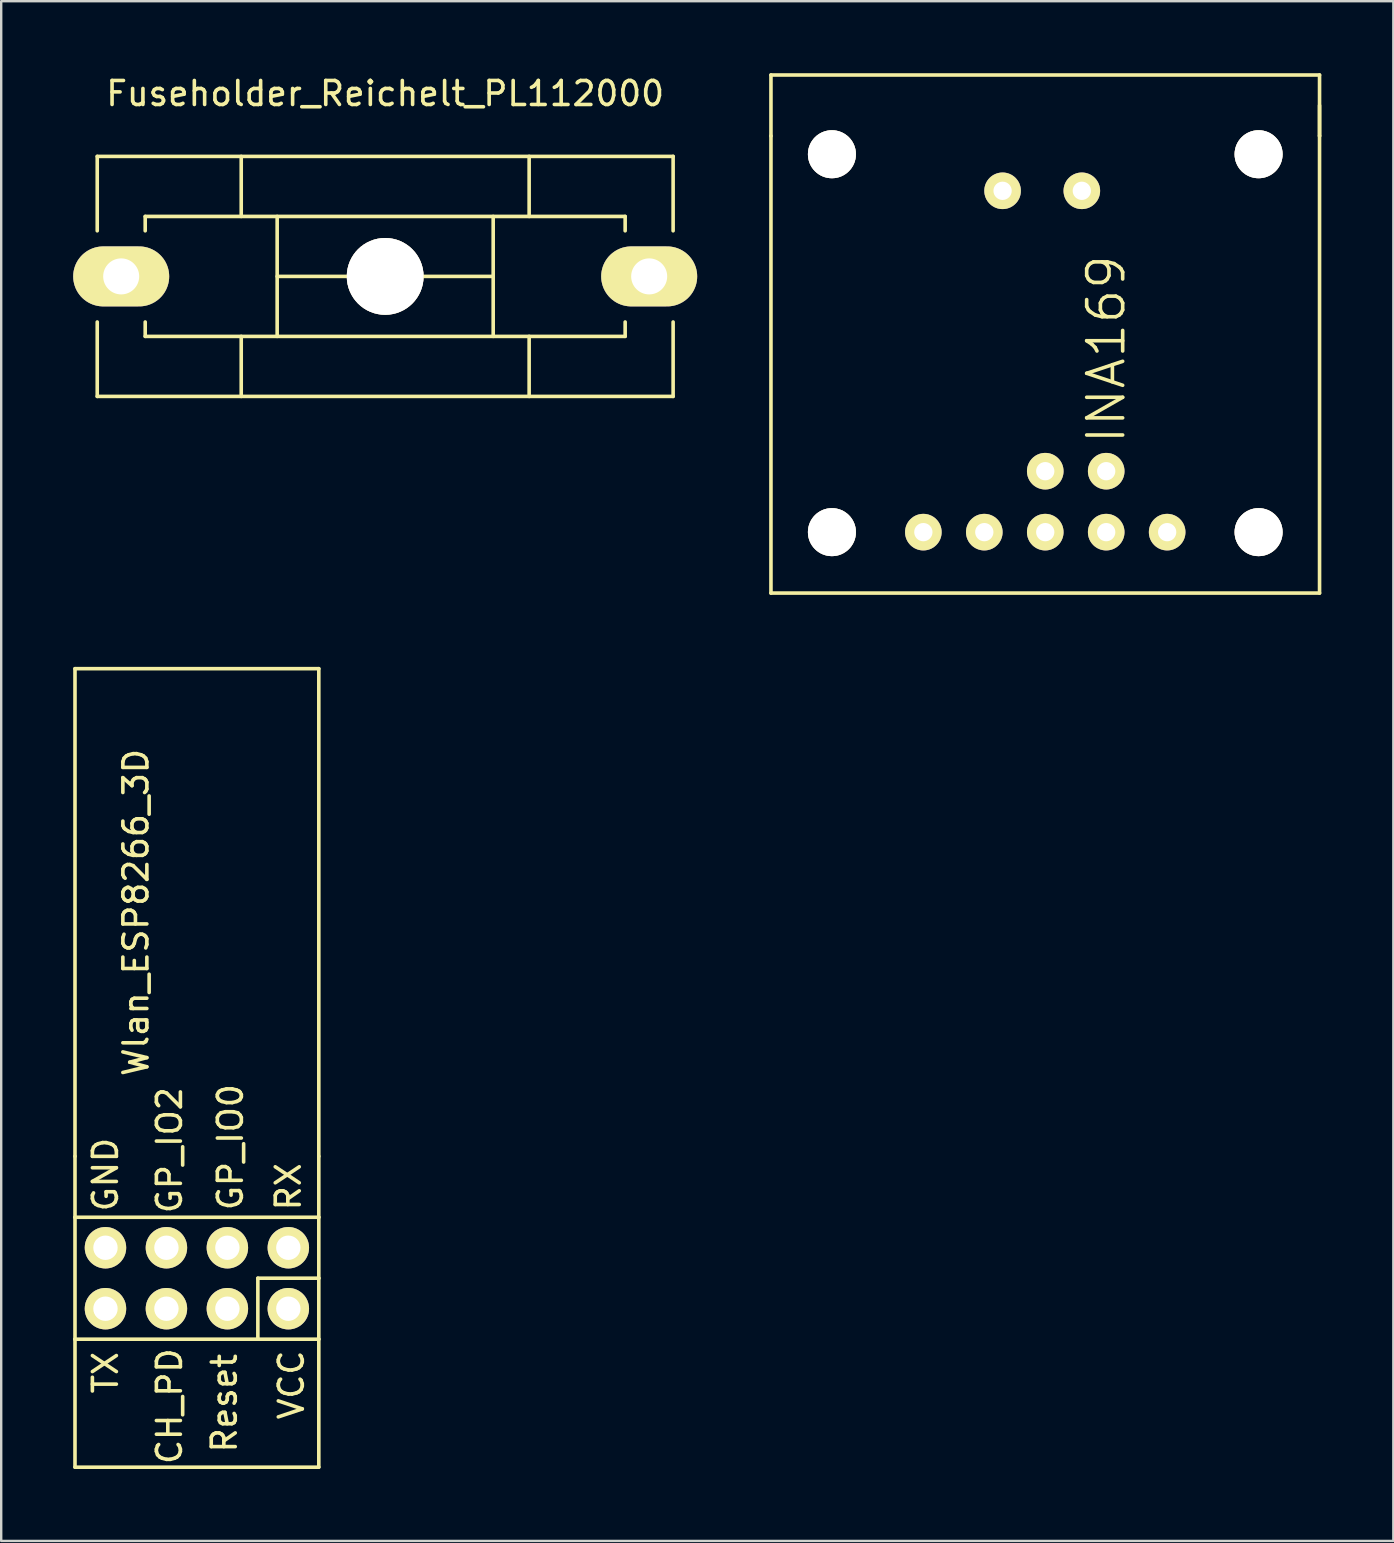
<source format=kicad_pcb>
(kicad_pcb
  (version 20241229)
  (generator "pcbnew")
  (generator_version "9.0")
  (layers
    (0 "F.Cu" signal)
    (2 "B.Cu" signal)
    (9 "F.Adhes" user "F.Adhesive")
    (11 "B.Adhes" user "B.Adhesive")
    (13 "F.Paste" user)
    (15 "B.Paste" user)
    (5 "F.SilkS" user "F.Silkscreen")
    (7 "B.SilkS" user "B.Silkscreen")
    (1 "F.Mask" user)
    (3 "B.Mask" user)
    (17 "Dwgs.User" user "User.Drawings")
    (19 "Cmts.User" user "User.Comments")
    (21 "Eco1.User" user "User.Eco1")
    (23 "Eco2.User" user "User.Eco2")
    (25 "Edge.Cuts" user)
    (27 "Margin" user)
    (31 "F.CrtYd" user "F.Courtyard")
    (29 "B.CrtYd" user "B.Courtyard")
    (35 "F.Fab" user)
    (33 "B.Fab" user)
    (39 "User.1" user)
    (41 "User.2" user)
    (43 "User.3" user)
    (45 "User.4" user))
  (footprint "INA169"
    (layer "F.Cu")
    (at 40.507 11.505)
    (property "Reference" "INA169" (at 2.54 0 90) (layer "F.SilkS") (effects (font (size 1.5 1.5) (thickness 0.15))))
    (attr through_hole)
    (fp_line (start -11.43 -11.43) (end 11.43 -11.43) (stroke (width 0.15) (type solid)) (layer "F.SilkS"))
    (fp_line (start -11.43 -8.89) (end -11.43 -11.43) (stroke (width 0.15) (type solid)) (layer "F.SilkS"))
    (fp_line (start -11.43 -8.89) (end -11.43 10.16) (stroke (width 0.15) (type solid)) (layer "F.SilkS"))
    (fp_line (start 11.43 -11.43) (end 11.43 -8.89) (stroke (width 0.15) (type solid)) (layer "F.SilkS"))
    (fp_line (start 11.43 -8.89) (end 11.43 -10.16) (stroke (width 0.15) (type solid)) (layer "F.SilkS"))
    (fp_line (start 11.43 10.16) (end -11.43 10.16) (stroke (width 0.15) (type solid)) (layer "F.SilkS"))
    (fp_line (start 11.43 10.16) (end 11.43 -8.89) (stroke (width 0.15) (type solid)) (layer "F.SilkS"))
    (pad "" thru_hole circle (at -8.89 -8.128) (size 2 2) (drill 2) (layers "*.Cu" "*.Mask" "F.SilkS"))
    (pad "" thru_hole circle (at -8.89 7.62) (size 2 2) (drill 2) (layers "*.Cu" "*.Mask" "F.SilkS"))
    (pad "" thru_hole circle (at 8.89 -8.128) (size 2 2) (drill 2) (layers "*.Cu" "*.Mask" "F.SilkS"))
    (pad "" thru_hole circle (at 8.89 7.62) (size 2 2) (drill 2) (layers "*.Cu" "*.Mask" "F.SilkS"))
    (pad "1" thru_hole circle (at -5.08 7.62) (size 1.524 1.524) (drill 0.762) (layers "*.Cu" "*.Mask" "F.SilkS"))
    (pad "2" thru_hole circle (at -2.54 7.62) (size 1.524 1.524) (drill 0.762) (layers "*.Cu" "*.Mask" "F.SilkS"))
    (pad "3" thru_hole circle (at 5.08 7.62) (size 1.524 1.524) (drill 0.762) (layers "*.Cu" "*.Mask" "F.SilkS"))
    (pad "4" thru_hole circle (at 1.524 -6.604) (size 1.524 1.524) (drill 0.762) (layers "*.Cu" "*.Mask" "F.SilkS"))
    (pad "4" thru_hole circle (at 2.54 5.08) (size 1.524 1.524) (drill 0.762) (layers "*.Cu" "*.Mask" "F.SilkS"))
    (pad "4" thru_hole circle (at 2.54 7.62) (size 1.524 1.524) (drill 0.762) (layers "*.Cu" "*.Mask" "F.SilkS"))
    (pad "5" thru_hole circle (at -1.778 -6.604) (size 1.524 1.524) (drill 0.762) (layers "*.Cu" "*.Mask" "F.SilkS"))
    (pad "5" thru_hole circle (at 0 5.08) (size 1.524 1.524) (drill 0.762) (layers "*.Cu" "*.Mask" "F.SilkS"))
    (pad "5" thru_hole circle (at 0 7.62) (size 1.524 1.524) (drill 0.762) (layers "*.Cu" "*.Mask" "F.SilkS")))
  (footprint "Fuseholder_Reichelt_PL112000"
    (layer "F.Cu")
    (at 13.001 8.468)
    (property "Reference" "Fuseholder_Reichelt_PL112000" (at 0 -7.62 0) (layer "F.SilkS") (effects (font (size 1 1) (thickness 0.15))))
    (attr through_hole)
    (fp_line (start -11.999 -5.001) (end -11.999 -1.9) (stroke (width 0.15) (type solid)) (layer "F.SilkS"))
    (fp_line (start -11.999 1.9) (end -11.999 5.001) (stroke (width 0.15) (type solid)) (layer "F.SilkS"))
    (fp_line (start -11.999 5.001) (end 11.999 5.001) (stroke (width 0.15) (type solid)) (layer "F.SilkS"))
    (fp_line (start -10 -2.499) (end -10 -1.9) (stroke (width 0.15) (type solid)) (layer "F.SilkS"))
    (fp_line (start -10 1.9) (end -10 2.499) (stroke (width 0.15) (type solid)) (layer "F.SilkS"))
    (fp_line (start -10 2.499) (end 10 2.499) (stroke (width 0.15) (type solid)) (layer "F.SilkS"))
    (fp_line (start -5.999 -2.499) (end -5.999 -5.001) (stroke (width 0.15) (type solid)) (layer "F.SilkS"))
    (fp_line (start -5.999 5.001) (end -5.999 2.499) (stroke (width 0.15) (type solid)) (layer "F.SilkS"))
    (fp_line (start -4.501 -2.499) (end -4.501 2.499) (stroke (width 0.15) (type solid)) (layer "F.SilkS"))
    (fp_line (start -4.501 0) (end 4.501 0) (stroke (width 0.15) (type solid)) (layer "F.SilkS"))
    (fp_line (start 4.501 -2.499) (end 4.501 2.499) (stroke (width 0.15) (type solid)) (layer "F.SilkS"))
    (fp_line (start 5.999 -5.001) (end 5.999 -2.499) (stroke (width 0.15) (type solid)) (layer "F.SilkS"))
    (fp_line (start 5.999 5.001) (end 5.999 2.499) (stroke (width 0.15) (type solid)) (layer "F.SilkS"))
    (fp_line (start 10 -2.499) (end -10 -2.499) (stroke (width 0.15) (type solid)) (layer "F.SilkS"))
    (fp_line (start 10 -1.9) (end 10 -2.499) (stroke (width 0.15) (type solid)) (layer "F.SilkS"))
    (fp_line (start 10 2.499) (end 10 1.9) (stroke (width 0.15) (type solid)) (layer "F.SilkS"))
    (fp_line (start 11.999 -5.001) (end -11.999 -5.001) (stroke (width 0.15) (type solid)) (layer "F.SilkS"))
    (fp_line (start 11.999 -1.9) (end 11.999 -5.001) (stroke (width 0.15) (type solid)) (layer "F.SilkS"))
    (fp_line (start 11.999 5.001) (end 11.999 1.9) (stroke (width 0.15) (type solid)) (layer "F.SilkS"))
    (pad "1" thru_hole oval (at -11.001 0 270) (size 2.499 4) (drill 1.501) (layers "*.Cu" "*.Mask" "F.SilkS"))
    (pad "2" thru_hole oval (at 11.001 0 270) (size 2.499 4) (drill 1.501) (layers "*.Cu" "*.Mask" "F.SilkS"))
    (pad "~" thru_hole circle (at 0 0) (size 3.2 3.2) (drill 3.2) (layers "*.Cu" "*.Mask" "F.SilkS")))
  (footprint "Wlan_ESP8266_3D"
    (layer "F.Cu")
    (at 5.155 50.215)
    (property "Reference" "Wlan_ESP8266_3D" (at -2.54 -15.24 90) (layer "F.SilkS") (effects (font (size 1 1) (thickness 0.15))))
    (attr through_hole)
    (fp_line (start -5.08 -25.4) (end 5.08 -25.4) (stroke (width 0.15) (type solid)) (layer "F.SilkS"))
    (fp_line (start -5.08 -5.08) (end -5.08 -25.4) (stroke (width 0.15) (type solid)) (layer "F.SilkS"))
    (fp_line (start -5.08 -5.08) (end -5.08 -2.54) (stroke (width 0.15) (type solid)) (layer "F.SilkS"))
    (fp_line (start -5.08 -2.54) (end 5.08 -2.54) (stroke (width 0.15) (type solid)) (layer "F.SilkS"))
    (fp_line (start -5.08 2.54) (end -5.08 -2.54) (stroke (width 0.15) (type solid)) (layer "F.SilkS"))
    (fp_line (start -5.08 2.54) (end -5.08 7.874) (stroke (width 0.15) (type solid)) (layer "F.SilkS"))
    (fp_line (start -5.08 7.874) (end 5.08 7.874) (stroke (width 0.15) (type solid)) (layer "F.SilkS"))
    (fp_line (start 2.54 0) (end 2.54 2.54) (stroke (width 0.15) (type solid)) (layer "F.SilkS"))
    (fp_line (start 2.54 2.54) (end -5.08 2.54) (stroke (width 0.15) (type solid)) (layer "F.SilkS"))
    (fp_line (start 5.08 -25.4) (end 5.08 -5.08) (stroke (width 0.15) (type solid)) (layer "F.SilkS"))
    (fp_line (start 5.08 -5.08) (end 5.08 -2.54) (stroke (width 0.15) (type solid)) (layer "F.SilkS"))
    (fp_line (start 5.08 -2.54) (end 5.08 0) (stroke (width 0.15) (type solid)) (layer "F.SilkS"))
    (fp_line (start 5.08 0) (end 2.54 0) (stroke (width 0.15) (type solid)) (layer "F.SilkS"))
    (fp_line (start 5.08 2.54) (end 2.54 2.54) (stroke (width 0.15) (type solid)) (layer "F.SilkS"))
    (fp_line (start 5.08 2.54) (end 5.08 0) (stroke (width 0.15) (type solid)) (layer "F.SilkS"))
    (fp_line (start 5.08 7.874) (end 5.08 2.54) (stroke (width 0.15) (type solid)) (layer "F.SilkS"))
    (fp_text user "Reset" (at 1.143 5.207 90) (layer "F.SilkS") (effects (font (size 1 1) (thickness 0.15))))
    (fp_text user "VCC" (at 3.937 4.445 90) (layer "F.SilkS") (effects (font (size 1 1) (thickness 0.15))))
    (fp_text user "GP_IO0" (at 1.397 -5.461 90) (layer "F.SilkS") (effects (font (size 1 1) (thickness 0.15))))
    (fp_text user "RX" (at 3.81 -3.81 90) (layer "F.SilkS") (effects (font (size 1 1) (thickness 0.15))))
    (fp_text user "CH_PD" (at -1.143 5.334 90) (layer "F.SilkS") (effects (font (size 1 1) (thickness 0.15))))
    (fp_text user "GND" (at -3.81 -4.318 90) (layer "F.SilkS") (effects (font (size 1 1) (thickness 0.15))))
    (fp_text user "GP_IO2" (at -1.143 -5.334 90) (layer "F.SilkS") (effects (font (size 1 1) (thickness 0.15))))
    (fp_text user "TX" (at -3.81 3.937 270) (layer "F.SilkS") (effects (font (size 1 1) (thickness 0.15))))
    (pad "CH_P" thru_hole oval (at -1.27 1.27 180) (size 1.727 1.727) (drill 1.016) (layers "*.Cu" "*.Mask" "F.SilkS"))
    (pad "GND" thru_hole oval (at -3.81 -1.27 180) (size 1.727 1.727) (drill 1.016) (layers "*.Cu" "*.Mask" "F.SilkS"))
    (pad "GP_0" thru_hole oval (at 1.27 -1.27 180) (size 1.727 1.727) (drill 1.016) (layers "*.Cu" "*.Mask" "F.SilkS"))
    (pad "GP_2" thru_hole oval (at -1.27 -1.27 180) (size 1.727 1.727) (drill 1.016) (layers "*.Cu" "*.Mask" "F.SilkS"))
    (pad "RX" thru_hole oval (at 3.81 -1.27 180) (size 1.727 1.727) (drill 1.016) (layers "*.Cu" "*.Mask" "F.SilkS"))
    (pad "Rese" thru_hole oval (at 1.27 1.27 180) (size 1.727 1.727) (drill 1.016) (layers "*.Cu" "*.Mask" "F.SilkS"))
    (pad "TX" thru_hole oval (at -3.81 1.27 180) (size 1.727 1.727) (drill 1.016) (layers "*.Cu" "*.Mask" "F.SilkS"))
    (pad "VCC" thru_hole circle (at 3.81 1.27 180) (size 1.727 1.727) (drill 1.016) (layers "*.Cu" "*.Mask" "F.SilkS")))
  (gr_rect
    (start -3 -3)
    (end 55.012 61.164)
    (stroke (width 0.1) (type default))
    (fill no)
    (layer "Edge.Cuts")))
</source>
